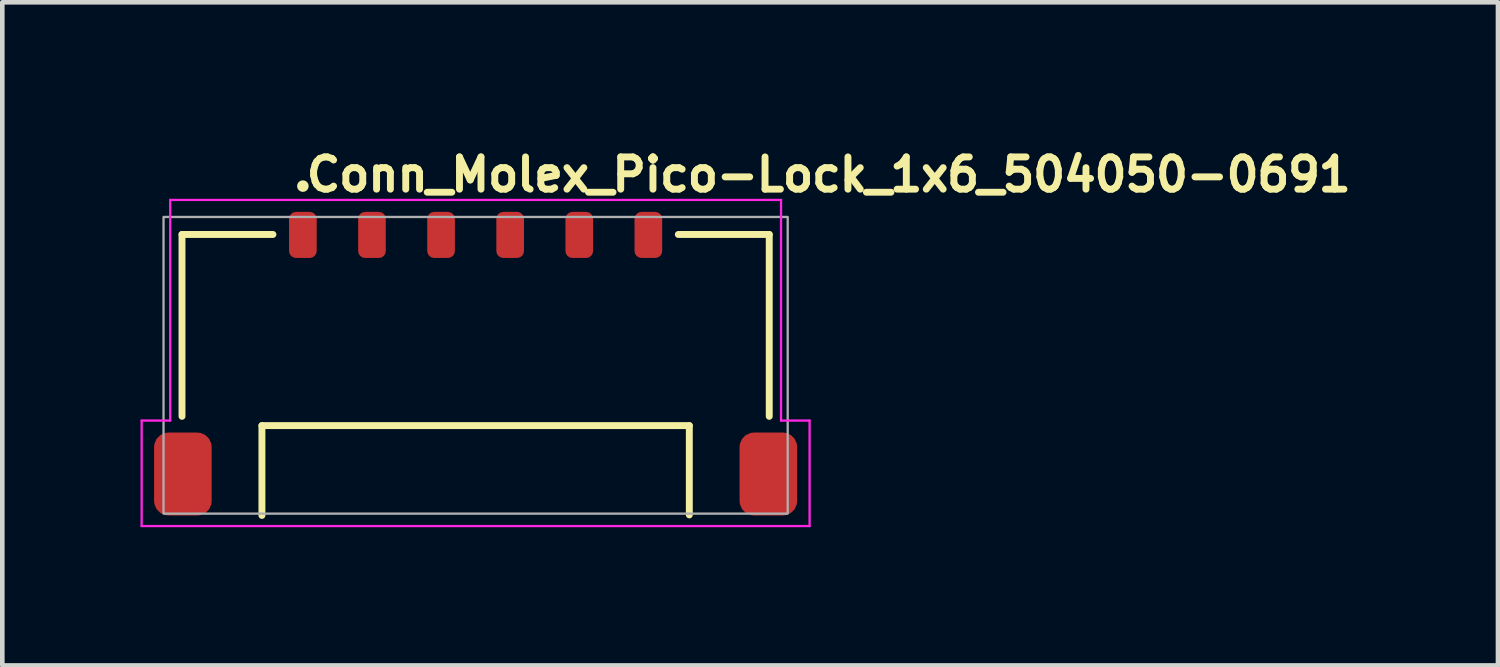
<source format=kicad_pcb>
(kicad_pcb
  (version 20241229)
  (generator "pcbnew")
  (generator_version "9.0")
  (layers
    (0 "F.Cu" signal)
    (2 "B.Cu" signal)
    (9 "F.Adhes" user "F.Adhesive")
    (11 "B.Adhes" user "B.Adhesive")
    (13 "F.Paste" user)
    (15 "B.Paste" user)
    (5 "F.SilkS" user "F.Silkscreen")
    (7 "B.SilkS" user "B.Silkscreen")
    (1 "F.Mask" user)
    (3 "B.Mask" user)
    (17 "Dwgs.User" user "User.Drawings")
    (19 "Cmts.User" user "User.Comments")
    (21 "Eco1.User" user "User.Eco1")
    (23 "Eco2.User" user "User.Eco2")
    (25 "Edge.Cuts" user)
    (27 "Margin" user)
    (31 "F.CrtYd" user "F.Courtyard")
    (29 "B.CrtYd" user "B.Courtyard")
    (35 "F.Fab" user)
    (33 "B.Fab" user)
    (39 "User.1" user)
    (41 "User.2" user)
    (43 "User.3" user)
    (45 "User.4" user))
  (footprint "Conn_Molex_Pico-Lock_1x6_504050-0691"
    (layer "F.Cu")
    (at 7.275 4.88)
    (property "Reference" "Conn_Molex_Pico-Lock_1x6_504050-0691" (at -3.749 -3.73 0) (layer "F.SilkS") (effects (font (size 0.7 0.7) (thickness 0.15)) (justify left bottom)))
    (attr smd)
    (fp_line (start -6.374 -2.84) (end -4.4 -2.84) (stroke (width 0.15) (type solid)) (layer "F.SilkS"))
    (fp_line (start -6.374 1.108) (end -6.374 -2.84) (stroke (width 0.15) (type solid)) (layer "F.SilkS"))
    (fp_line (start -4.639 3.259) (end -4.639 1.309) (stroke (width 0.15) (type solid)) (layer "F.SilkS"))
    (fp_line (start 4.639 1.309) (end -4.639 1.309) (stroke (width 0.15) (type solid)) (layer "F.SilkS"))
    (fp_line (start 4.639 1.309) (end 4.639 3.248) (stroke (width 0.15) (type solid)) (layer "F.SilkS"))
    (fp_line (start 6.374 -2.84) (end 4.4 -2.84) (stroke (width 0.15) (type solid)) (layer "F.SilkS"))
    (fp_line (start 6.374 -2.84) (end 6.374 1.108) (stroke (width 0.15) (type solid)) (layer "F.SilkS"))
    (fp_circle (center -3.75 -3.89) (end -3.7 -3.89) (stroke (width 0.15) (type solid)) (fill yes) (layer "F.SilkS"))
    (fp_line (start -7.25 1.2) (end -6.63 1.2) (stroke (width 0.05) (type solid)) (layer "F.CrtYd"))
    (fp_line (start -7.25 3.49) (end -7.25 1.2) (stroke (width 0.05) (type solid)) (layer "F.CrtYd"))
    (fp_line (start -6.63 -3.59) (end 6.63 -3.59) (stroke (width 0.05) (type solid)) (layer "F.CrtYd"))
    (fp_line (start -6.63 1.2) (end -6.63 -3.59) (stroke (width 0.05) (type solid)) (layer "F.CrtYd"))
    (fp_line (start 6.63 -3.59) (end 6.63 1.2) (stroke (width 0.05) (type solid)) (layer "F.CrtYd"))
    (fp_line (start 7.25 1.2) (end 6.63 1.2) (stroke (width 0.05) (type solid)) (layer "F.CrtYd"))
    (fp_line (start 7.25 1.2) (end 7.25 3.49) (stroke (width 0.05) (type solid)) (layer "F.CrtYd"))
    (fp_line (start 7.25 3.49) (end -7.25 3.49) (stroke (width 0.05) (type solid)) (layer "F.CrtYd"))
    (fp_rect (start -6.775 -3.22) (end 6.775 3.22) (stroke (width 0.05) (type default)) (fill no) (layer "F.Fab"))
    (fp_rect (start -6.775 -3.22) (end 6.775 3.22) (stroke (width 0.1) (type solid)) (fill no) (layer "User.5"))
    (fp_line (start -6.775 1.57) (end -6.375 1.57) (stroke (width 0.02) (type solid)) (layer "User.9"))
    (fp_line (start -6.775 3.07) (end -6.775 1.57) (stroke (width 0.02) (type solid)) (layer "User.9"))
    (fp_line (start -6.775 3.07) (end -6.375 3.07) (stroke (width 0.02) (type solid)) (layer "User.9"))
    (fp_line (start -6.375 -2.88) (end -6.375 3.22) (stroke (width 0.02) (type solid)) (layer "User.9"))
    (fp_line (start -4.925 -0.08) (end -4.925 3.22) (stroke (width 0.02) (type solid)) (layer "User.9"))
    (fp_line (start -4.925 3.22) (end -6.375 3.22) (stroke (width 0.02) (type solid)) (layer "User.9"))
    (fp_line (start -4.675 -0.08) (end -4.675 2.92) (stroke (width 0.02) (type solid)) (layer "User.9"))
    (fp_line (start -4.675 1.02) (end -4.425 1.02) (stroke (width 0.02) (type solid)) (layer "User.9"))
    (fp_line (start -4.675 2.92) (end -4.925 2.92) (stroke (width 0.02) (type solid)) (layer "User.9"))
    (fp_line (start -4.425 -0.08) (end -4.925 -0.08) (stroke (width 0.02) (type solid)) (layer "User.9"))
    (fp_line (start -4.425 1.22) (end -4.425 -0.08) (stroke (width 0.02) (type solid)) (layer "User.9"))
    (fp_line (start -4.055 0.36) (end -3.805 0.86) (stroke (width 0.02) (type solid)) (layer "User.9"))
    (fp_line (start -3.9 -3.22) (end -3.9 -2.89) (stroke (width 0.02) (type solid)) (layer "User.9"))
    (fp_line (start -3.9 -2.89) (end -3.9 -2.889) (stroke (width 0.02) (type solid)) (layer "User.9"))
    (fp_line (start -3.9 -2.889) (end -3.9 -2.889) (stroke (width 0.02) (type solid)) (layer "User.9"))
    (fp_line (start -3.9 -2.889) (end -3.9 -2.888) (stroke (width 0.02) (type solid)) (layer "User.9"))
    (fp_line (start -3.9 -2.888) (end -3.9 -2.887) (stroke (width 0.02) (type solid)) (layer "User.9"))
    (fp_line (start -3.9 -2.887) (end -3.9 -2.886) (stroke (width 0.02) (type solid)) (layer "User.9"))
    (fp_line (start -3.9 -2.886) (end -3.9 -2.886) (stroke (width 0.02) (type solid)) (layer "User.9"))
    (fp_line (start -3.9 -2.886) (end -3.9 -2.885) (stroke (width 0.02) (type solid)) (layer "User.9"))
    (fp_line (start -3.9 -2.885) (end -3.9 -2.884) (stroke (width 0.02) (type solid)) (layer "User.9"))
    (fp_line (start -3.9 -2.884) (end -3.9 -2.884) (stroke (width 0.02) (type solid)) (layer "User.9"))
    (fp_line (start -3.9 -2.884) (end -3.9 -2.883) (stroke (width 0.02) (type solid)) (layer "User.9"))
    (fp_line (start -3.9 -2.883) (end -3.9 -2.882) (stroke (width 0.02) (type solid)) (layer "User.9"))
    (fp_line (start -3.9 -2.882) (end -3.9 -2.881) (stroke (width 0.02) (type solid)) (layer "User.9"))
    (fp_line (start -3.9 -2.881) (end -3.9 -2.881) (stroke (width 0.02) (type solid)) (layer "User.9"))
    (fp_line (start -3.9 -2.881) (end -3.9 -2.88) (stroke (width 0.02) (type solid)) (layer "User.9"))
    (fp_line (start -3.805 0.86) (end -3.555 0.36) (stroke (width 0.02) (type solid)) (layer "User.9"))
    (fp_line (start -3.6 -3.22) (end -3.9 -3.22) (stroke (width 0.02) (type solid)) (layer "User.9"))
    (fp_line (start -3.6 -3.22) (end -3.6 -2.89) (stroke (width 0.02) (type solid)) (layer "User.9"))
    (fp_line (start -3.6 -2.89) (end -3.9 -2.89) (stroke (width 0.02) (type solid)) (layer "User.9"))
    (fp_line (start -3.6 -2.89) (end -3.6 -2.889) (stroke (width 0.02) (type solid)) (layer "User.9"))
    (fp_line (start -3.6 -2.889) (end -3.6 -2.889) (stroke (width 0.02) (type solid)) (layer "User.9"))
    (fp_line (start -3.6 -2.889) (end -3.6 -2.888) (stroke (width 0.02) (type solid)) (layer "User.9"))
    (fp_line (start -3.6 -2.888) (end -3.6 -2.887) (stroke (width 0.02) (type solid)) (layer "User.9"))
    (fp_line (start -3.6 -2.887) (end -3.6 -2.886) (stroke (width 0.02) (type solid)) (layer "User.9"))
    (fp_line (start -3.6 -2.886) (end -3.6 -2.886) (stroke (width 0.02) (type solid)) (layer "User.9"))
    (fp_line (start -3.6 -2.886) (end -3.6 -2.885) (stroke (width 0.02) (type solid)) (layer "User.9"))
    (fp_line (start -3.6 -2.885) (end -3.6 -2.884) (stroke (width 0.02) (type solid)) (layer "User.9"))
    (fp_line (start -3.6 -2.884) (end -3.6 -2.884) (stroke (width 0.02) (type solid)) (layer "User.9"))
    (fp_line (start -3.6 -2.884) (end -3.6 -2.883) (stroke (width 0.02) (type solid)) (layer "User.9"))
    (fp_line (start -3.6 -2.883) (end -3.6 -2.882) (stroke (width 0.02) (type solid)) (layer "User.9"))
    (fp_line (start -3.6 -2.882) (end -3.6 -2.881) (stroke (width 0.02) (type solid)) (layer "User.9"))
    (fp_line (start -3.6 -2.881) (end -3.6 -2.881) (stroke (width 0.02) (type solid)) (layer "User.9"))
    (fp_line (start -3.6 -2.881) (end -3.6 -2.88) (stroke (width 0.02) (type solid)) (layer "User.9"))
    (fp_line (start -3.555 0.36) (end -4.055 0.36) (stroke (width 0.02) (type solid)) (layer "User.9"))
    (fp_line (start -2.4 -3.22) (end -2.4 -2.89) (stroke (width 0.02) (type solid)) (layer "User.9"))
    (fp_line (start -2.4 -2.89) (end -2.4 -2.889) (stroke (width 0.02) (type solid)) (layer "User.9"))
    (fp_line (start -2.4 -2.889) (end -2.4 -2.889) (stroke (width 0.02) (type solid)) (layer "User.9"))
    (fp_line (start -2.4 -2.889) (end -2.4 -2.888) (stroke (width 0.02) (type solid)) (layer "User.9"))
    (fp_line (start -2.4 -2.888) (end -2.4 -2.887) (stroke (width 0.02) (type solid)) (layer "User.9"))
    (fp_line (start -2.4 -2.887) (end -2.4 -2.886) (stroke (width 0.02) (type solid)) (layer "User.9"))
    (fp_line (start -2.4 -2.886) (end -2.4 -2.886) (stroke (width 0.02) (type solid)) (layer "User.9"))
    (fp_line (start -2.4 -2.886) (end -2.4 -2.885) (stroke (width 0.02) (type solid)) (layer "User.9"))
    (fp_line (start -2.4 -2.885) (end -2.4 -2.884) (stroke (width 0.02) (type solid)) (layer "User.9"))
    (fp_line (start -2.4 -2.884) (end -2.4 -2.884) (stroke (width 0.02) (type solid)) (layer "User.9"))
    (fp_line (start -2.4 -2.884) (end -2.4 -2.883) (stroke (width 0.02) (type solid)) (layer "User.9"))
    (fp_line (start -2.4 -2.883) (end -2.4 -2.882) (stroke (width 0.02) (type solid)) (layer "User.9"))
    (fp_line (start -2.4 -2.882) (end -2.4 -2.881) (stroke (width 0.02) (type solid)) (layer "User.9"))
    (fp_line (start -2.4 -2.881) (end -2.4 -2.881) (stroke (width 0.02) (type solid)) (layer "User.9"))
    (fp_line (start -2.4 -2.881) (end -2.4 -2.88) (stroke (width 0.02) (type solid)) (layer "User.9"))
    (fp_line (start -2.1 -3.22) (end -2.4 -3.22) (stroke (width 0.02) (type solid)) (layer "User.9"))
    (fp_line (start -2.1 -3.22) (end -2.1 -2.89) (stroke (width 0.02) (type solid)) (layer "User.9"))
    (fp_line (start -2.1 -2.89) (end -2.4 -2.89) (stroke (width 0.02) (type solid)) (layer "User.9"))
    (fp_line (start -2.1 -2.89) (end -2.1 -2.889) (stroke (width 0.02) (type solid)) (layer "User.9"))
    (fp_line (start -2.1 -2.889) (end -2.1 -2.889) (stroke (width 0.02) (type solid)) (layer "User.9"))
    (fp_line (start -2.1 -2.889) (end -2.1 -2.888) (stroke (width 0.02) (type solid)) (layer "User.9"))
    (fp_line (start -2.1 -2.888) (end -2.1 -2.887) (stroke (width 0.02) (type solid)) (layer "User.9"))
    (fp_line (start -2.1 -2.887) (end -2.1 -2.886) (stroke (width 0.02) (type solid)) (layer "User.9"))
    (fp_line (start -2.1 -2.886) (end -2.1 -2.886) (stroke (width 0.02) (type solid)) (layer "User.9"))
    (fp_line (start -2.1 -2.886) (end -2.1 -2.885) (stroke (width 0.02) (type solid)) (layer "User.9"))
    (fp_line (start -2.1 -2.885) (end -2.1 -2.884) (stroke (width 0.02) (type solid)) (layer "User.9"))
    (fp_line (start -2.1 -2.884) (end -2.1 -2.884) (stroke (width 0.02) (type solid)) (layer "User.9"))
    (fp_line (start -2.1 -2.884) (end -2.1 -2.883) (stroke (width 0.02) (type solid)) (layer "User.9"))
    (fp_line (start -2.1 -2.883) (end -2.1 -2.882) (stroke (width 0.02) (type solid)) (layer "User.9"))
    (fp_line (start -2.1 -2.882) (end -2.1 -2.881) (stroke (width 0.02) (type solid)) (layer "User.9"))
    (fp_line (start -2.1 -2.881) (end -2.1 -2.881) (stroke (width 0.02) (type solid)) (layer "User.9"))
    (fp_line (start -2.1 -2.881) (end -2.1 -2.88) (stroke (width 0.02) (type solid)) (layer "User.9"))
    (fp_line (start -1.8 -0.48) (end -1.2 -0.48) (stroke (width 0.02) (type solid)) (layer "User.9"))
    (fp_line (start -1.8 0.42) (end -1.8 -0.48) (stroke (width 0.02) (type solid)) (layer "User.9"))
    (fp_line (start -1.2 -0.48) (end -1.2 0.42) (stroke (width 0.02) (type solid)) (layer "User.9"))
    (fp_line (start -1.2 0.42) (end -1.8 0.42) (stroke (width 0.02) (type solid)) (layer "User.9"))
    (fp_line (start -0.9 -3.22) (end -0.9 -2.89) (stroke (width 0.02) (type solid)) (layer "User.9"))
    (fp_line (start -0.9 -2.89) (end -0.9 -2.889) (stroke (width 0.02) (type solid)) (layer "User.9"))
    (fp_line (start -0.9 -2.889) (end -0.9 -2.889) (stroke (width 0.02) (type solid)) (layer "User.9"))
    (fp_line (start -0.9 -2.889) (end -0.9 -2.888) (stroke (width 0.02) (type solid)) (layer "User.9"))
    (fp_line (start -0.9 -2.888) (end -0.9 -2.887) (stroke (width 0.02) (type solid)) (layer "User.9"))
    (fp_line (start -0.9 -2.887) (end -0.9 -2.886) (stroke (width 0.02) (type solid)) (layer "User.9"))
    (fp_line (start -0.9 -2.886) (end -0.9 -2.886) (stroke (width 0.02) (type solid)) (layer "User.9"))
    (fp_line (start -0.9 -2.886) (end -0.9 -2.885) (stroke (width 0.02) (type solid)) (layer "User.9"))
    (fp_line (start -0.9 -2.885) (end -0.9 -2.884) (stroke (width 0.02) (type solid)) (layer "User.9"))
    (fp_line (start -0.9 -2.884) (end -0.9 -2.884) (stroke (width 0.02) (type solid)) (layer "User.9"))
    (fp_line (start -0.9 -2.884) (end -0.9 -2.883) (stroke (width 0.02) (type solid)) (layer "User.9"))
    (fp_line (start -0.9 -2.883) (end -0.9 -2.882) (stroke (width 0.02) (type solid)) (layer "User.9"))
    (fp_line (start -0.9 -2.882) (end -0.9 -2.881) (stroke (width 0.02) (type solid)) (layer "User.9"))
    (fp_line (start -0.9 -2.881) (end -0.9 -2.881) (stroke (width 0.02) (type solid)) (layer "User.9"))
    (fp_line (start -0.9 -2.881) (end -0.9 -2.88) (stroke (width 0.02) (type solid)) (layer "User.9"))
    (fp_line (start -0.6 -3.22) (end -0.9 -3.22) (stroke (width 0.02) (type solid)) (layer "User.9"))
    (fp_line (start -0.6 -3.22) (end -0.6 -2.89) (stroke (width 0.02) (type solid)) (layer "User.9"))
    (fp_line (start -0.6 -2.89) (end -0.9 -2.89) (stroke (width 0.02) (type solid)) (layer "User.9"))
    (fp_line (start -0.6 -2.89) (end -0.6 -2.889) (stroke (width 0.02) (type solid)) (layer "User.9"))
    (fp_line (start -0.6 -2.889) (end -0.6 -2.889) (stroke (width 0.02) (type solid)) (layer "User.9"))
    (fp_line (start -0.6 -2.889) (end -0.6 -2.888) (stroke (width 0.02) (type solid)) (layer "User.9"))
    (fp_line (start -0.6 -2.888) (end -0.6 -2.887) (stroke (width 0.02) (type solid)) (layer "User.9"))
    (fp_line (start -0.6 -2.887) (end -0.6 -2.886) (stroke (width 0.02) (type solid)) (layer "User.9"))
    (fp_line (start -0.6 -2.886) (end -0.6 -2.886) (stroke (width 0.02) (type solid)) (layer "User.9"))
    (fp_line (start -0.6 -2.886) (end -0.6 -2.885) (stroke (width 0.02) (type solid)) (layer "User.9"))
    (fp_line (start -0.6 -2.885) (end -0.6 -2.884) (stroke (width 0.02) (type solid)) (layer "User.9"))
    (fp_line (start -0.6 -2.884) (end -0.6 -2.884) (stroke (width 0.02) (type solid)) (layer "User.9"))
    (fp_line (start -0.6 -2.884) (end -0.6 -2.883) (stroke (width 0.02) (type solid)) (layer "User.9"))
    (fp_line (start -0.6 -2.883) (end -0.6 -2.882) (stroke (width 0.02) (type solid)) (layer "User.9"))
    (fp_line (start -0.6 -2.882) (end -0.6 -2.881) (stroke (width 0.02) (type solid)) (layer "User.9"))
    (fp_line (start -0.6 -2.881) (end -0.6 -2.881) (stroke (width 0.02) (type solid)) (layer "User.9"))
    (fp_line (start -0.6 -2.881) (end -0.6 -2.88) (stroke (width 0.02) (type solid)) (layer "User.9"))
    (fp_line (start 0.6 -3.22) (end 0.6 -2.89) (stroke (width 0.02) (type solid)) (layer "User.9"))
    (fp_line (start 0.6 -2.89) (end 0.6 -2.889) (stroke (width 0.02) (type solid)) (layer "User.9"))
    (fp_line (start 0.6 -2.889) (end 0.6 -2.889) (stroke (width 0.02) (type solid)) (layer "User.9"))
    (fp_line (start 0.6 -2.889) (end 0.6 -2.888) (stroke (width 0.02) (type solid)) (layer "User.9"))
    (fp_line (start 0.6 -2.888) (end 0.6 -2.887) (stroke (width 0.02) (type solid)) (layer "User.9"))
    (fp_line (start 0.6 -2.887) (end 0.6 -2.886) (stroke (width 0.02) (type solid)) (layer "User.9"))
    (fp_line (start 0.6 -2.886) (end 0.6 -2.886) (stroke (width 0.02) (type solid)) (layer "User.9"))
    (fp_line (start 0.6 -2.886) (end 0.6 -2.885) (stroke (width 0.02) (type solid)) (layer "User.9"))
    (fp_line (start 0.6 -2.885) (end 0.6 -2.884) (stroke (width 0.02) (type solid)) (layer "User.9"))
    (fp_line (start 0.6 -2.884) (end 0.6 -2.884) (stroke (width 0.02) (type solid)) (layer "User.9"))
    (fp_line (start 0.6 -2.884) (end 0.6 -2.883) (stroke (width 0.02) (type solid)) (layer "User.9"))
    (fp_line (start 0.6 -2.883) (end 0.6 -2.882) (stroke (width 0.02) (type solid)) (layer "User.9"))
    (fp_line (start 0.6 -2.882) (end 0.6 -2.881) (stroke (width 0.02) (type solid)) (layer "User.9"))
    (fp_line (start 0.6 -2.881) (end 0.6 -2.881) (stroke (width 0.02) (type solid)) (layer "User.9"))
    (fp_line (start 0.6 -2.881) (end 0.6 -2.88) (stroke (width 0.02) (type solid)) (layer "User.9"))
    (fp_line (start 0.9 -3.22) (end 0.6 -3.22) (stroke (width 0.02) (type solid)) (layer "User.9"))
    (fp_line (start 0.9 -3.22) (end 0.9 -2.89) (stroke (width 0.02) (type solid)) (layer "User.9"))
    (fp_line (start 0.9 -2.89) (end 0.6 -2.89) (stroke (width 0.02) (type solid)) (layer "User.9"))
    (fp_line (start 0.9 -2.89) (end 0.9 -2.889) (stroke (width 0.02) (type solid)) (layer "User.9"))
    (fp_line (start 0.9 -2.889) (end 0.9 -2.889) (stroke (width 0.02) (type solid)) (layer "User.9"))
    (fp_line (start 0.9 -2.889) (end 0.9 -2.888) (stroke (width 0.02) (type solid)) (layer "User.9"))
    (fp_line (start 0.9 -2.888) (end 0.9 -2.887) (stroke (width 0.02) (type solid)) (layer "User.9"))
    (fp_line (start 0.9 -2.887) (end 0.9 -2.886) (stroke (width 0.02) (type solid)) (layer "User.9"))
    (fp_line (start 0.9 -2.886) (end 0.9 -2.886) (stroke (width 0.02) (type solid)) (layer "User.9"))
    (fp_line (start 0.9 -2.886) (end 0.9 -2.885) (stroke (width 0.02) (type solid)) (layer "User.9"))
    (fp_line (start 0.9 -2.885) (end 0.9 -2.884) (stroke (width 0.02) (type solid)) (layer "User.9"))
    (fp_line (start 0.9 -2.884) (end 0.9 -2.884) (stroke (width 0.02) (type solid)) (layer "User.9"))
    (fp_line (start 0.9 -2.884) (end 0.9 -2.883) (stroke (width 0.02) (type solid)) (layer "User.9"))
    (fp_line (start 0.9 -2.883) (end 0.9 -2.882) (stroke (width 0.02) (type solid)) (layer "User.9"))
    (fp_line (start 0.9 -2.882) (end 0.9 -2.881) (stroke (width 0.02) (type solid)) (layer "User.9"))
    (fp_line (start 0.9 -2.881) (end 0.9 -2.881) (stroke (width 0.02) (type solid)) (layer "User.9"))
    (fp_line (start 0.9 -2.881) (end 0.9 -2.88) (stroke (width 0.02) (type solid)) (layer "User.9"))
    (fp_line (start 1.2 -0.48) (end 1.2 0.42) (stroke (width 0.02) (type solid)) (layer "User.9"))
    (fp_line (start 1.2 0.42) (end 1.8 0.42) (stroke (width 0.02) (type solid)) (layer "User.9"))
    (fp_line (start 1.8 -0.48) (end 1.2 -0.48) (stroke (width 0.02) (type solid)) (layer "User.9"))
    (fp_line (start 1.8 0.42) (end 1.8 -0.48) (stroke (width 0.02) (type solid)) (layer "User.9"))
    (fp_line (start 2.1 -3.22) (end 2.1 -2.89) (stroke (width 0.02) (type solid)) (layer "User.9"))
    (fp_line (start 2.1 -2.89) (end 2.1 -2.889) (stroke (width 0.02) (type solid)) (layer "User.9"))
    (fp_line (start 2.1 -2.889) (end 2.1 -2.889) (stroke (width 0.02) (type solid)) (layer "User.9"))
    (fp_line (start 2.1 -2.889) (end 2.1 -2.888) (stroke (width 0.02) (type solid)) (layer "User.9"))
    (fp_line (start 2.1 -2.888) (end 2.1 -2.887) (stroke (width 0.02) (type solid)) (layer "User.9"))
    (fp_line (start 2.1 -2.887) (end 2.1 -2.886) (stroke (width 0.02) (type solid)) (layer "User.9"))
    (fp_line (start 2.1 -2.886) (end 2.1 -2.886) (stroke (width 0.02) (type solid)) (layer "User.9"))
    (fp_line (start 2.1 -2.886) (end 2.1 -2.885) (stroke (width 0.02) (type solid)) (layer "User.9"))
    (fp_line (start 2.1 -2.885) (end 2.1 -2.884) (stroke (width 0.02) (type solid)) (layer "User.9"))
    (fp_line (start 2.1 -2.884) (end 2.1 -2.884) (stroke (width 0.02) (type solid)) (layer "User.9"))
    (fp_line (start 2.1 -2.884) (end 2.1 -2.883) (stroke (width 0.02) (type solid)) (layer "User.9"))
    (fp_line (start 2.1 -2.883) (end 2.1 -2.882) (stroke (width 0.02) (type solid)) (layer "User.9"))
    (fp_line (start 2.1 -2.882) (end 2.1 -2.881) (stroke (width 0.02) (type solid)) (layer "User.9"))
    (fp_line (start 2.1 -2.881) (end 2.1 -2.881) (stroke (width 0.02) (type solid)) (layer "User.9"))
    (fp_line (start 2.1 -2.881) (end 2.1 -2.88) (stroke (width 0.02) (type solid)) (layer "User.9"))
    (fp_line (start 2.4 -3.22) (end 2.1 -3.22) (stroke (width 0.02) (type solid)) (layer "User.9"))
    (fp_line (start 2.4 -3.22) (end 2.4 -2.89) (stroke (width 0.02) (type solid)) (layer "User.9"))
    (fp_line (start 2.4 -2.89) (end 2.1 -2.89) (stroke (width 0.02) (type solid)) (layer "User.9"))
    (fp_line (start 2.4 -2.89) (end 2.4 -2.889) (stroke (width 0.02) (type solid)) (layer "User.9"))
    (fp_line (start 2.4 -2.889) (end 2.4 -2.889) (stroke (width 0.02) (type solid)) (layer "User.9"))
    (fp_line (start 2.4 -2.889) (end 2.4 -2.888) (stroke (width 0.02) (type solid)) (layer "User.9"))
    (fp_line (start 2.4 -2.888) (end 2.4 -2.887) (stroke (width 0.02) (type solid)) (layer "User.9"))
    (fp_line (start 2.4 -2.887) (end 2.4 -2.886) (stroke (width 0.02) (type solid)) (layer "User.9"))
    (fp_line (start 2.4 -2.886) (end 2.4 -2.886) (stroke (width 0.02) (type solid)) (layer "User.9"))
    (fp_line (start 2.4 -2.886) (end 2.4 -2.885) (stroke (width 0.02) (type solid)) (layer "User.9"))
    (fp_line (start 2.4 -2.885) (end 2.4 -2.884) (stroke (width 0.02) (type solid)) (layer "User.9"))
    (fp_line (start 2.4 -2.884) (end 2.4 -2.884) (stroke (width 0.02) (type solid)) (layer "User.9"))
    (fp_line (start 2.4 -2.884) (end 2.4 -2.883) (stroke (width 0.02) (type solid)) (layer "User.9"))
    (fp_line (start 2.4 -2.883) (end 2.4 -2.882) (stroke (width 0.02) (type solid)) (layer "User.9"))
    (fp_line (start 2.4 -2.882) (end 2.4 -2.881) (stroke (width 0.02) (type solid)) (layer "User.9"))
    (fp_line (start 2.4 -2.881) (end 2.4 -2.881) (stroke (width 0.02) (type solid)) (layer "User.9"))
    (fp_line (start 2.4 -2.881) (end 2.4 -2.88) (stroke (width 0.02) (type solid)) (layer "User.9"))
    (fp_line (start 3.6 -3.22) (end 3.6 -2.89) (stroke (width 0.02) (type solid)) (layer "User.9"))
    (fp_line (start 3.6 -2.89) (end 3.6 -2.889) (stroke (width 0.02) (type solid)) (layer "User.9"))
    (fp_line (start 3.6 -2.889) (end 3.6 -2.889) (stroke (width 0.02) (type solid)) (layer "User.9"))
    (fp_line (start 3.6 -2.889) (end 3.6 -2.888) (stroke (width 0.02) (type solid)) (layer "User.9"))
    (fp_line (start 3.6 -2.888) (end 3.6 -2.887) (stroke (width 0.02) (type solid)) (layer "User.9"))
    (fp_line (start 3.6 -2.887) (end 3.6 -2.886) (stroke (width 0.02) (type solid)) (layer "User.9"))
    (fp_line (start 3.6 -2.886) (end 3.6 -2.886) (stroke (width 0.02) (type solid)) (layer "User.9"))
    (fp_line (start 3.6 -2.886) (end 3.6 -2.885) (stroke (width 0.02) (type solid)) (layer "User.9"))
    (fp_line (start 3.6 -2.885) (end 3.6 -2.884) (stroke (width 0.02) (type solid)) (layer "User.9"))
    (fp_line (start 3.6 -2.884) (end 3.6 -2.884) (stroke (width 0.02) (type solid)) (layer "User.9"))
    (fp_line (start 3.6 -2.884) (end 3.6 -2.883) (stroke (width 0.02) (type solid)) (layer "User.9"))
    (fp_line (start 3.6 -2.883) (end 3.6 -2.882) (stroke (width 0.02) (type solid)) (layer "User.9"))
    (fp_line (start 3.6 -2.882) (end 3.6 -2.881) (stroke (width 0.02) (type solid)) (layer "User.9"))
    (fp_line (start 3.6 -2.881) (end 3.6 -2.881) (stroke (width 0.02) (type solid)) (layer "User.9"))
    (fp_line (start 3.6 -2.881) (end 3.6 -2.88) (stroke (width 0.02) (type solid)) (layer "User.9"))
    (fp_line (start 3.9 -3.22) (end 3.6 -3.22) (stroke (width 0.02) (type solid)) (layer "User.9"))
    (fp_line (start 3.9 -3.22) (end 3.9 -2.89) (stroke (width 0.02) (type solid)) (layer "User.9"))
    (fp_line (start 3.9 -2.89) (end 3.6 -2.89) (stroke (width 0.02) (type solid)) (layer "User.9"))
    (fp_line (start 3.9 -2.89) (end 3.9 -2.889) (stroke (width 0.02) (type solid)) (layer "User.9"))
    (fp_line (start 3.9 -2.889) (end 3.9 -2.889) (stroke (width 0.02) (type solid)) (layer "User.9"))
    (fp_line (start 3.9 -2.889) (end 3.9 -2.888) (stroke (width 0.02) (type solid)) (layer "User.9"))
    (fp_line (start 3.9 -2.888) (end 3.9 -2.887) (stroke (width 0.02) (type solid)) (layer "User.9"))
    (fp_line (start 3.9 -2.887) (end 3.9 -2.886) (stroke (width 0.02) (type solid)) (layer "User.9"))
    (fp_line (start 3.9 -2.886) (end 3.9 -2.886) (stroke (width 0.02) (type solid)) (layer "User.9"))
    (fp_line (start 3.9 -2.886) (end 3.9 -2.885) (stroke (width 0.02) (type solid)) (layer "User.9"))
    (fp_line (start 3.9 -2.885) (end 3.9 -2.884) (stroke (width 0.02) (type solid)) (layer "User.9"))
    (fp_line (start 3.9 -2.884) (end 3.9 -2.884) (stroke (width 0.02) (type solid)) (layer "User.9"))
    (fp_line (start 3.9 -2.884) (end 3.9 -2.883) (stroke (width 0.02) (type solid)) (layer "User.9"))
    (fp_line (start 3.9 -2.883) (end 3.9 -2.882) (stroke (width 0.02) (type solid)) (layer "User.9"))
    (fp_line (start 3.9 -2.882) (end 3.9 -2.881) (stroke (width 0.02) (type solid)) (layer "User.9"))
    (fp_line (start 3.9 -2.881) (end 3.9 -2.881) (stroke (width 0.02) (type solid)) (layer "User.9"))
    (fp_line (start 3.9 -2.881) (end 3.9 -2.88) (stroke (width 0.02) (type solid)) (layer "User.9"))
    (fp_line (start 4.425 -0.08) (end 4.425 1.22) (stroke (width 0.02) (type solid)) (layer "User.9"))
    (fp_line (start 4.425 1.02) (end 4.675 1.02) (stroke (width 0.02) (type solid)) (layer "User.9"))
    (fp_line (start 4.425 1.22) (end -4.425 1.22) (stroke (width 0.02) (type solid)) (layer "User.9"))
    (fp_line (start 4.675 2.92) (end 4.675 -0.08) (stroke (width 0.02) (type solid)) (layer "User.9"))
    (fp_line (start 4.925 -0.08) (end 4.425 -0.08) (stroke (width 0.02) (type solid)) (layer "User.9"))
    (fp_line (start 4.925 2.92) (end 4.675 2.92) (stroke (width 0.02) (type solid)) (layer "User.9"))
    (fp_line (start 4.925 3.22) (end 4.925 -0.08) (stroke (width 0.02) (type solid)) (layer "User.9"))
    (fp_line (start 6.375 -2.88) (end -6.375 -2.88) (stroke (width 0.02) (type solid)) (layer "User.9"))
    (fp_line (start 6.375 -2.88) (end 6.375 3.22) (stroke (width 0.02) (type solid)) (layer "User.9"))
    (fp_line (start 6.375 3.22) (end 4.925 3.22) (stroke (width 0.02) (type solid)) (layer "User.9"))
    (fp_line (start 6.775 1.57) (end 6.375 1.57) (stroke (width 0.02) (type solid)) (layer "User.9"))
    (fp_line (start 6.775 3.07) (end 6.375 3.07) (stroke (width 0.02) (type solid)) (layer "User.9"))
    (fp_line (start 6.775 3.07) (end 6.775 1.57) (stroke (width 0.02) (type solid)) (layer "User.9"))
    (pad "1" smd roundrect (at -3.75 -2.83) (size 0.6 1) (layers "F.Cu" "F.Mask" "F.Paste") (roundrect_rratio 0.25))
    (pad "2" smd roundrect (at -2.25 -2.83) (size 0.6 1) (layers "F.Cu" "F.Mask" "F.Paste") (roundrect_rratio 0.25))
    (pad "3" smd roundrect (at -0.75 -2.83) (size 0.6 1) (layers "F.Cu" "F.Mask" "F.Paste") (roundrect_rratio 0.25))
    (pad "4" smd roundrect (at 0.75 -2.83) (size 0.6 1) (layers "F.Cu" "F.Mask" "F.Paste") (roundrect_rratio 0.25))
    (pad "5" smd roundrect (at 2.25 -2.83) (size 0.6 1) (layers "F.Cu" "F.Mask" "F.Paste") (roundrect_rratio 0.25))
    (pad "6" smd roundrect (at 3.75 -2.83) (size 0.6 1) (layers "F.Cu" "F.Mask" "F.Paste") (roundrect_rratio 0.25))
    (pad "MP" smd roundrect (at -6.355 2.36) (size 1.25 1.8) (layers "F.Cu" "F.Mask" "F.Paste") (roundrect_rratio 0.25))
    (pad "MP" smd roundrect (at 6.355 2.36) (size 1.25 1.8) (layers "F.Cu" "F.Mask" "F.Paste") (roundrect_rratio 0.25)))
  (gr_rect
    (start -3 -3)
    (end 29.469 11.395)
    (stroke (width 0.1) (type default))
    (fill no)
    (layer "Edge.Cuts")))
</source>
